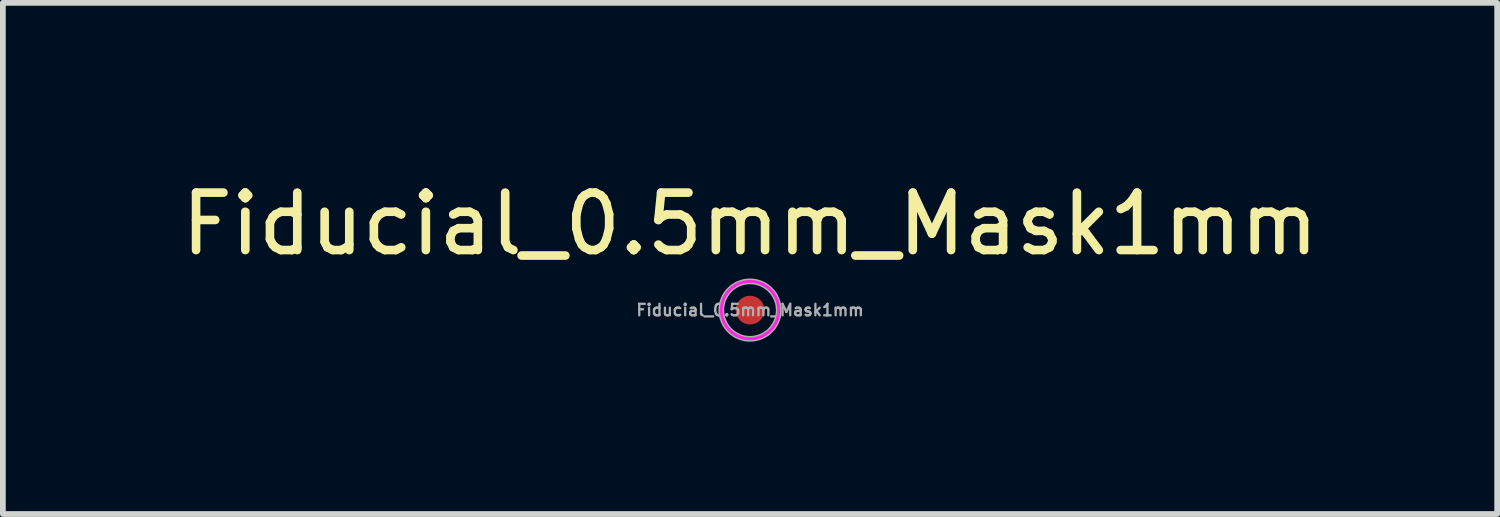
<source format=kicad_pcb>
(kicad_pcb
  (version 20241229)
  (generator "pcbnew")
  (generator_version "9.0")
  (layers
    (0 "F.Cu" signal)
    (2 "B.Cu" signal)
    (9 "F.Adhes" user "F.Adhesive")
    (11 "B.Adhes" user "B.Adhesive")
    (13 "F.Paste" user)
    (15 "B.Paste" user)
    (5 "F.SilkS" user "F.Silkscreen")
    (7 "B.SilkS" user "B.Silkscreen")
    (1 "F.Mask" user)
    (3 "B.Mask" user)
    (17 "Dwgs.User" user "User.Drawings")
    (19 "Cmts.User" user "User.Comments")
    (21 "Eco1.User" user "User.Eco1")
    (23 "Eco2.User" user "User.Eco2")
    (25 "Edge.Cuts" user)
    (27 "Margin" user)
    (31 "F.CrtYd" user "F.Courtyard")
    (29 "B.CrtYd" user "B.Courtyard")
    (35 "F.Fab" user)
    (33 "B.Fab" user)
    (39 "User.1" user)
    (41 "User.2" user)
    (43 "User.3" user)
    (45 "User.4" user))
  (footprint "Fiducial_0.5mm_Mask1mm"
    (layer "F.Cu")
    (at 10.006 2.348)
    (property "Reference" "Fiducial_0.5mm_Mask1mm" (at 0 -1.5 0) (layer "F.SilkS") (effects (font (size 1 1) (thickness 0.15))))
    (attr smd)
    (fp_circle (center 0 0) (end 0.5 0) (stroke (width 0.05) (type solid)) (fill no) (layer "F.CrtYd"))
    (fp_circle (center 0 0) (end 0.5 0) (stroke (width 0.1) (type solid)) (fill no) (layer "F.Fab"))
    (fp_text user "${REFERENCE}" (at 0 0 0) (layer "F.Fab") (effects (font (size 0.2 0.2) (thickness 0.04))))
    (pad "" smd circle (at 0 0) (size 0.5 0.5) (layers "F.Cu" "F.Mask")))
  (gr_rect
    (start -3 -3)
    (end 23.012 5.898)
    (stroke (width 0.1) (type default))
    (fill no)
    (layer "Edge.Cuts")))
</source>
